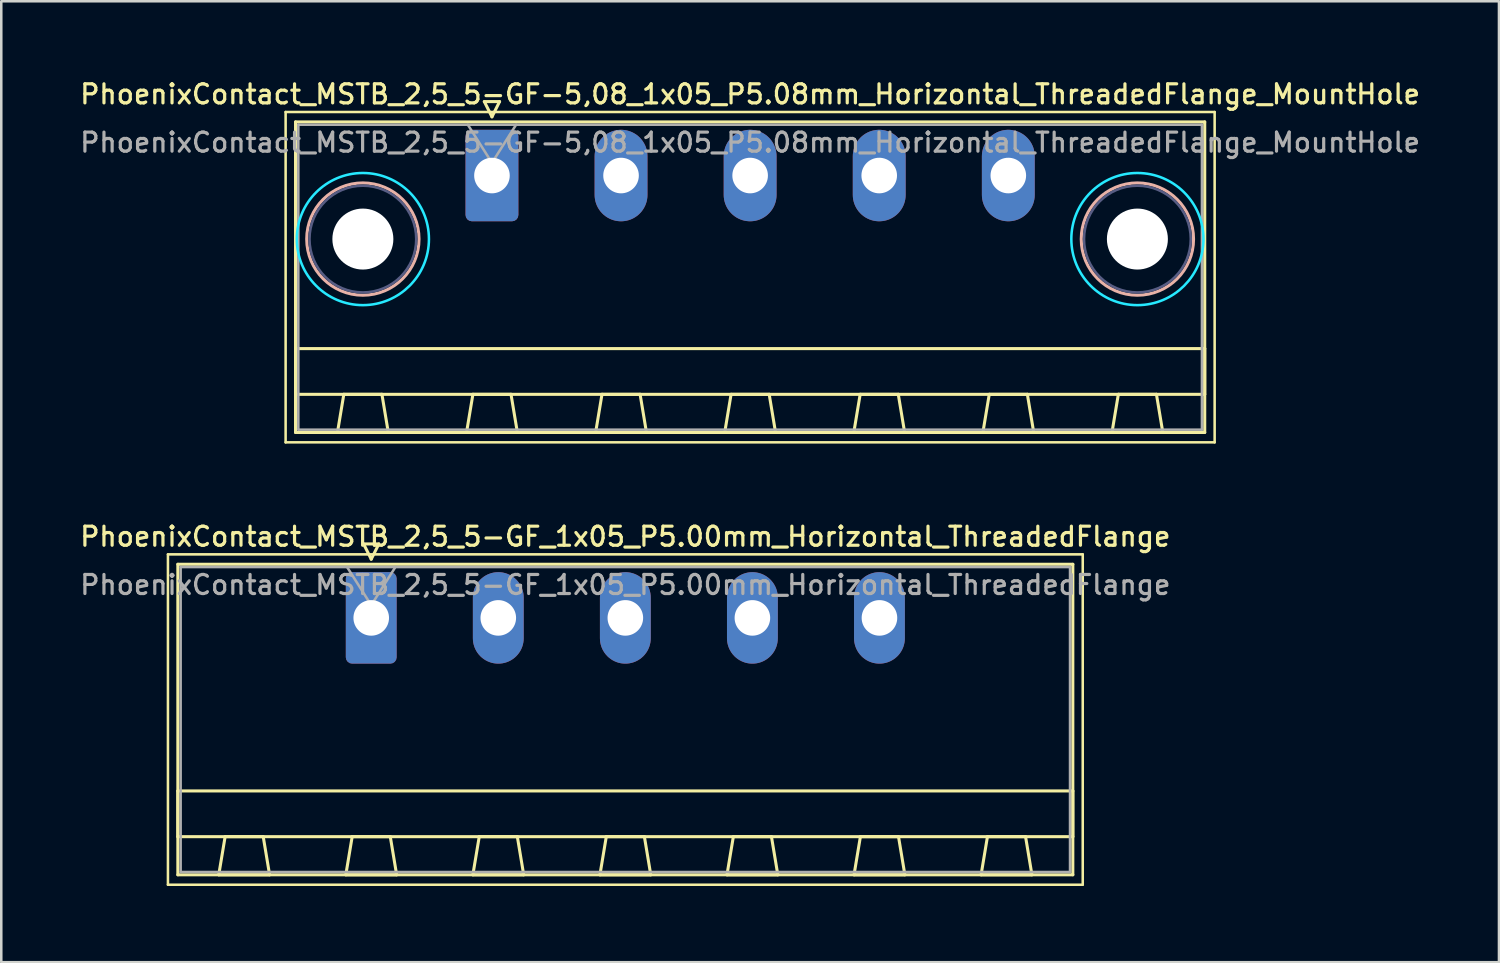
<source format=kicad_pcb>
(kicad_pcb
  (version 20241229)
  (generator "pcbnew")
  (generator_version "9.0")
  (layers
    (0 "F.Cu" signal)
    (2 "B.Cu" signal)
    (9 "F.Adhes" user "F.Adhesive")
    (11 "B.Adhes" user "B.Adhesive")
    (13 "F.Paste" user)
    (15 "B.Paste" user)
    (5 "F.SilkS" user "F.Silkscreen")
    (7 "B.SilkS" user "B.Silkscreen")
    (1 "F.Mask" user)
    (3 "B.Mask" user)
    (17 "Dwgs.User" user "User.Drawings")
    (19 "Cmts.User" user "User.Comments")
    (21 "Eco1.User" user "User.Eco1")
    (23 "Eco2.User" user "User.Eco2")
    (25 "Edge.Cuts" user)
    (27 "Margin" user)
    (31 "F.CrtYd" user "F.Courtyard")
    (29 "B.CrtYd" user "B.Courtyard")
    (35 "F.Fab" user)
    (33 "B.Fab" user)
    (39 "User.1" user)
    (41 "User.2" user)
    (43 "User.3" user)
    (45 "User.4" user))
  (footprint "PhoenixContact_MSTB_2,5_5-GF_1x05_P5.00mm_Horizontal_ThreadedFlange"
    (layer "F.Cu")
    (at 11.559 21.266)
    (property "Reference" "PhoenixContact_MSTB_2,5_5-GF_1x05_P5.00mm_Horizontal_ThreadedFlange" (at 10 -3.2 0) (layer "F.SilkS") (effects (font (size 0.75 0.75) (thickness 0.125))))
    (attr through_hole)
    (fp_line (start -8 -2.5) (end -8 10.5) (stroke (width 0.1) (type solid)) (layer "F.SilkS"))
    (fp_line (start -8 10.5) (end 28 10.5) (stroke (width 0.1) (type solid)) (layer "F.SilkS"))
    (fp_line (start -7.61 -2.11) (end -7.61 10.11) (stroke (width 0.12) (type solid)) (layer "F.SilkS"))
    (fp_line (start -7.61 6.81) (end 27.61 6.81) (stroke (width 0.12) (type solid)) (layer "F.SilkS"))
    (fp_line (start -7.61 8.61) (end -7.61 6.81) (stroke (width 0.12) (type solid)) (layer "F.SilkS"))
    (fp_line (start -7.61 10.11) (end 27.61 10.11) (stroke (width 0.12) (type solid)) (layer "F.SilkS"))
    (fp_line (start -6 10.11) (end -4 10.11) (stroke (width 0.12) (type solid)) (layer "F.SilkS"))
    (fp_line (start -5.75 8.61) (end -6 10.11) (stroke (width 0.12) (type solid)) (layer "F.SilkS"))
    (fp_line (start -4.25 8.61) (end -5.75 8.61) (stroke (width 0.12) (type solid)) (layer "F.SilkS"))
    (fp_line (start -4 10.11) (end -4.25 8.61) (stroke (width 0.12) (type solid)) (layer "F.SilkS"))
    (fp_line (start -1 10.11) (end 1 10.11) (stroke (width 0.12) (type solid)) (layer "F.SilkS"))
    (fp_line (start -0.75 8.61) (end -1 10.11) (stroke (width 0.12) (type solid)) (layer "F.SilkS"))
    (fp_line (start -0.3 -2.91) (end 0.3 -2.91) (stroke (width 0.12) (type solid)) (layer "F.SilkS"))
    (fp_line (start 0 -2.31) (end -0.3 -2.91) (stroke (width 0.12) (type solid)) (layer "F.SilkS"))
    (fp_line (start 0.3 -2.91) (end 0 -2.31) (stroke (width 0.12) (type solid)) (layer "F.SilkS"))
    (fp_line (start 0.75 8.61) (end -0.75 8.61) (stroke (width 0.12) (type solid)) (layer "F.SilkS"))
    (fp_line (start 1 10.11) (end 0.75 8.61) (stroke (width 0.12) (type solid)) (layer "F.SilkS"))
    (fp_line (start 4 10.11) (end 6 10.11) (stroke (width 0.12) (type solid)) (layer "F.SilkS"))
    (fp_line (start 4.25 8.61) (end 4 10.11) (stroke (width 0.12) (type solid)) (layer "F.SilkS"))
    (fp_line (start 5.75 8.61) (end 4.25 8.61) (stroke (width 0.12) (type solid)) (layer "F.SilkS"))
    (fp_line (start 6 10.11) (end 5.75 8.61) (stroke (width 0.12) (type solid)) (layer "F.SilkS"))
    (fp_line (start 9 10.11) (end 11 10.11) (stroke (width 0.12) (type solid)) (layer "F.SilkS"))
    (fp_line (start 9.25 8.61) (end 9 10.11) (stroke (width 0.12) (type solid)) (layer "F.SilkS"))
    (fp_line (start 10.75 8.61) (end 9.25 8.61) (stroke (width 0.12) (type solid)) (layer "F.SilkS"))
    (fp_line (start 11 10.11) (end 10.75 8.61) (stroke (width 0.12) (type solid)) (layer "F.SilkS"))
    (fp_line (start 14 10.11) (end 16 10.11) (stroke (width 0.12) (type solid)) (layer "F.SilkS"))
    (fp_line (start 14.25 8.61) (end 14 10.11) (stroke (width 0.12) (type solid)) (layer "F.SilkS"))
    (fp_line (start 15.75 8.61) (end 14.25 8.61) (stroke (width 0.12) (type solid)) (layer "F.SilkS"))
    (fp_line (start 16 10.11) (end 15.75 8.61) (stroke (width 0.12) (type solid)) (layer "F.SilkS"))
    (fp_line (start 19 10.11) (end 21 10.11) (stroke (width 0.12) (type solid)) (layer "F.SilkS"))
    (fp_line (start 19.25 8.61) (end 19 10.11) (stroke (width 0.12) (type solid)) (layer "F.SilkS"))
    (fp_line (start 20.75 8.61) (end 19.25 8.61) (stroke (width 0.12) (type solid)) (layer "F.SilkS"))
    (fp_line (start 21 10.11) (end 20.75 8.61) (stroke (width 0.12) (type solid)) (layer "F.SilkS"))
    (fp_line (start 24 10.11) (end 26 10.11) (stroke (width 0.12) (type solid)) (layer "F.SilkS"))
    (fp_line (start 24.25 8.61) (end 24 10.11) (stroke (width 0.12) (type solid)) (layer "F.SilkS"))
    (fp_line (start 25.75 8.61) (end 24.25 8.61) (stroke (width 0.12) (type solid)) (layer "F.SilkS"))
    (fp_line (start 26 10.11) (end 25.75 8.61) (stroke (width 0.12) (type solid)) (layer "F.SilkS"))
    (fp_line (start 27.61 -2.11) (end -7.61 -2.11) (stroke (width 0.12) (type solid)) (layer "F.SilkS"))
    (fp_line (start 27.61 6.81) (end 27.61 8.61) (stroke (width 0.12) (type solid)) (layer "F.SilkS"))
    (fp_line (start 27.61 8.61) (end -7.61 8.61) (stroke (width 0.12) (type solid)) (layer "F.SilkS"))
    (fp_line (start 27.61 10.11) (end 27.61 -2.11) (stroke (width 0.12) (type solid)) (layer "F.SilkS"))
    (fp_line (start 28 -2.5) (end -8 -2.5) (stroke (width 0.1) (type solid)) (layer "F.SilkS"))
    (fp_line (start 28 10.5) (end 28 -2.5) (stroke (width 0.1) (type solid)) (layer "F.SilkS"))
    (fp_line (start -7.5 -2) (end -7.5 10) (stroke (width 0.1) (type solid)) (layer "F.Fab"))
    (fp_line (start -7.5 10) (end 27.5 10) (stroke (width 0.1) (type solid)) (layer "F.Fab"))
    (fp_line (start 0 -0.5) (end -0.95 -2) (stroke (width 0.1) (type solid)) (layer "F.Fab"))
    (fp_line (start 0.95 -2) (end 0 -0.5) (stroke (width 0.1) (type solid)) (layer "F.Fab"))
    (fp_line (start 27.5 -2) (end -7.5 -2) (stroke (width 0.1) (type solid)) (layer "F.Fab"))
    (fp_line (start 27.5 10) (end 27.5 -2) (stroke (width 0.1) (type solid)) (layer "F.Fab"))
    (fp_text user "${REFERENCE}" (at 10 -1.3 0) (layer "F.Fab") (effects (font (size 0.75 0.75) (thickness 0.125))))
    (pad "1" thru_hole roundrect (at 0 0) (size 2 3.6) (drill 1.4) (layers "*.Cu" "*.Mask") (roundrect_rratio 0.125))
    (pad "2" thru_hole oval (at 5 0) (size 2 3.6) (drill 1.4) (layers "*.Cu" "*.Mask"))
    (pad "3" thru_hole oval (at 10 0) (size 2 3.6) (drill 1.4) (layers "*.Cu" "*.Mask"))
    (pad "4" thru_hole oval (at 15 0) (size 2 3.6) (drill 1.4) (layers "*.Cu" "*.Mask"))
    (pad "5" thru_hole oval (at 20 0) (size 2 3.6) (drill 1.4) (layers "*.Cu" "*.Mask")))
  (footprint "PhoenixContact_MSTB_2,5_5-GF-5,08_1x05_P5.08mm_Horizontal_ThreadedFlange_MountHole"
    (layer "F.Cu")
    (at 16.31 3.858)
    (property "Reference" "PhoenixContact_MSTB_2,5_5-GF-5,08_1x05_P5.08mm_Horizontal_ThreadedFlange_MountHole" (at 10.16 -3.2 0) (layer "F.SilkS") (effects (font (size 0.75 0.75) (thickness 0.125))))
    (attr through_hole)
    (fp_line (start -8.12 -2.5) (end -8.12 10.5) (stroke (width 0.1) (type solid)) (layer "F.SilkS"))
    (fp_line (start -8.12 10.5) (end 28.44 10.5) (stroke (width 0.1) (type solid)) (layer "F.SilkS"))
    (fp_line (start -7.73 -2.11) (end -7.73 10.11) (stroke (width 0.12) (type solid)) (layer "F.SilkS"))
    (fp_line (start -7.73 6.81) (end 28.05 6.81) (stroke (width 0.12) (type solid)) (layer "F.SilkS"))
    (fp_line (start -7.73 8.61) (end -7.73 6.81) (stroke (width 0.12) (type solid)) (layer "F.SilkS"))
    (fp_line (start -7.73 10.11) (end 28.05 10.11) (stroke (width 0.12) (type solid)) (layer "F.SilkS"))
    (fp_line (start -6.08 10.11) (end -4.08 10.11) (stroke (width 0.12) (type solid)) (layer "F.SilkS"))
    (fp_line (start -5.83 8.61) (end -6.08 10.11) (stroke (width 0.12) (type solid)) (layer "F.SilkS"))
    (fp_line (start -4.33 8.61) (end -5.83 8.61) (stroke (width 0.12) (type solid)) (layer "F.SilkS"))
    (fp_line (start -4.08 10.11) (end -4.33 8.61) (stroke (width 0.12) (type solid)) (layer "F.SilkS"))
    (fp_line (start -1 10.11) (end 1 10.11) (stroke (width 0.12) (type solid)) (layer "F.SilkS"))
    (fp_line (start -0.75 8.61) (end -1 10.11) (stroke (width 0.12) (type solid)) (layer "F.SilkS"))
    (fp_line (start -0.3 -2.91) (end 0.3 -2.91) (stroke (width 0.12) (type solid)) (layer "F.SilkS"))
    (fp_line (start 0 -2.31) (end -0.3 -2.91) (stroke (width 0.12) (type solid)) (layer "F.SilkS"))
    (fp_line (start 0.3 -2.91) (end 0 -2.31) (stroke (width 0.12) (type solid)) (layer "F.SilkS"))
    (fp_line (start 0.75 8.61) (end -0.75 8.61) (stroke (width 0.12) (type solid)) (layer "F.SilkS"))
    (fp_line (start 1 10.11) (end 0.75 8.61) (stroke (width 0.12) (type solid)) (layer "F.SilkS"))
    (fp_line (start 4.08 10.11) (end 6.08 10.11) (stroke (width 0.12) (type solid)) (layer "F.SilkS"))
    (fp_line (start 4.33 8.61) (end 4.08 10.11) (stroke (width 0.12) (type solid)) (layer "F.SilkS"))
    (fp_line (start 5.83 8.61) (end 4.33 8.61) (stroke (width 0.12) (type solid)) (layer "F.SilkS"))
    (fp_line (start 6.08 10.11) (end 5.83 8.61) (stroke (width 0.12) (type solid)) (layer "F.SilkS"))
    (fp_line (start 9.16 10.11) (end 11.16 10.11) (stroke (width 0.12) (type solid)) (layer "F.SilkS"))
    (fp_line (start 9.41 8.61) (end 9.16 10.11) (stroke (width 0.12) (type solid)) (layer "F.SilkS"))
    (fp_line (start 10.91 8.61) (end 9.41 8.61) (stroke (width 0.12) (type solid)) (layer "F.SilkS"))
    (fp_line (start 11.16 10.11) (end 10.91 8.61) (stroke (width 0.12) (type solid)) (layer "F.SilkS"))
    (fp_line (start 14.24 10.11) (end 16.24 10.11) (stroke (width 0.12) (type solid)) (layer "F.SilkS"))
    (fp_line (start 14.49 8.61) (end 14.24 10.11) (stroke (width 0.12) (type solid)) (layer "F.SilkS"))
    (fp_line (start 15.99 8.61) (end 14.49 8.61) (stroke (width 0.12) (type solid)) (layer "F.SilkS"))
    (fp_line (start 16.24 10.11) (end 15.99 8.61) (stroke (width 0.12) (type solid)) (layer "F.SilkS"))
    (fp_line (start 19.32 10.11) (end 21.32 10.11) (stroke (width 0.12) (type solid)) (layer "F.SilkS"))
    (fp_line (start 19.57 8.61) (end 19.32 10.11) (stroke (width 0.12) (type solid)) (layer "F.SilkS"))
    (fp_line (start 21.07 8.61) (end 19.57 8.61) (stroke (width 0.12) (type solid)) (layer "F.SilkS"))
    (fp_line (start 21.32 10.11) (end 21.07 8.61) (stroke (width 0.12) (type solid)) (layer "F.SilkS"))
    (fp_line (start 24.4 10.11) (end 26.4 10.11) (stroke (width 0.12) (type solid)) (layer "F.SilkS"))
    (fp_line (start 24.65 8.61) (end 24.4 10.11) (stroke (width 0.12) (type solid)) (layer "F.SilkS"))
    (fp_line (start 26.15 8.61) (end 24.65 8.61) (stroke (width 0.12) (type solid)) (layer "F.SilkS"))
    (fp_line (start 26.4 10.11) (end 26.15 8.61) (stroke (width 0.12) (type solid)) (layer "F.SilkS"))
    (fp_line (start 28.05 -2.11) (end -7.73 -2.11) (stroke (width 0.12) (type solid)) (layer "F.SilkS"))
    (fp_line (start 28.05 6.81) (end 28.05 8.61) (stroke (width 0.12) (type solid)) (layer "F.SilkS"))
    (fp_line (start 28.05 8.61) (end -7.73 8.61) (stroke (width 0.12) (type solid)) (layer "F.SilkS"))
    (fp_line (start 28.05 10.11) (end 28.05 -2.11) (stroke (width 0.12) (type solid)) (layer "F.SilkS"))
    (fp_line (start 28.44 -2.5) (end -8.12 -2.5) (stroke (width 0.1) (type solid)) (layer "F.SilkS"))
    (fp_line (start 28.44 10.5) (end 28.44 -2.5) (stroke (width 0.1) (type solid)) (layer "F.SilkS"))
    (fp_circle (center -5.08 2.5) (end -2.87 2.5) (stroke (width 0.12) (type solid)) (fill no) (layer "B.SilkS"))
    (fp_circle (center 25.4 2.5) (end 27.61 2.5) (stroke (width 0.12) (type solid)) (fill no) (layer "B.SilkS"))
    (fp_circle (center -5.08 2.5) (end -2.48 2.5) (stroke (width 0.1) (type solid)) (fill no) (layer "B.CrtYd"))
    (fp_circle (center 25.4 2.5) (end 28 2.5) (stroke (width 0.1) (type solid)) (fill no) (layer "B.CrtYd"))
    (fp_circle (center -5.08 2.5) (end -2.98 2.5) (stroke (width 0.1) (type solid)) (fill no) (layer "B.Fab"))
    (fp_circle (center 25.4 2.5) (end 27.5 2.5) (stroke (width 0.1) (type solid)) (fill no) (layer "B.Fab"))
    (fp_line (start -7.62 -2) (end -7.62 10) (stroke (width 0.1) (type solid)) (layer "F.Fab"))
    (fp_line (start -7.62 10) (end 27.94 10) (stroke (width 0.1) (type solid)) (layer "F.Fab"))
    (fp_line (start 0 -0.5) (end -0.95 -2) (stroke (width 0.1) (type solid)) (layer "F.Fab"))
    (fp_line (start 0.95 -2) (end 0 -0.5) (stroke (width 0.1) (type solid)) (layer "F.Fab"))
    (fp_line (start 27.94 -2) (end -7.62 -2) (stroke (width 0.1) (type solid)) (layer "F.Fab"))
    (fp_line (start 27.94 10) (end 27.94 -2) (stroke (width 0.1) (type solid)) (layer "F.Fab"))
    (fp_text user "${REFERENCE}" (at 10.16 -1.3 0) (layer "F.Fab") (effects (font (size 0.75 0.75) (thickness 0.125))))
    (pad "" np_thru_hole circle (at -5.08 2.5) (size 2.4 2.4) (drill 2.4) (layers "*.Cu" "*.Mask"))
    (pad "" np_thru_hole circle (at 25.4 2.5) (size 2.4 2.4) (drill 2.4) (layers "*.Cu" "*.Mask"))
    (pad "1" thru_hole roundrect (at 0 0) (size 2.08 3.6) (drill 1.4) (layers "*.Cu" "*.Mask") (roundrect_rratio 0.12))
    (pad "2" thru_hole oval (at 5.08 0) (size 2.08 3.6) (drill 1.4) (layers "*.Cu" "*.Mask"))
    (pad "3" thru_hole oval (at 10.16 0) (size 2.08 3.6) (drill 1.4) (layers "*.Cu" "*.Mask"))
    (pad "4" thru_hole oval (at 15.24 0) (size 2.08 3.6) (drill 1.4) (layers "*.Cu" "*.Mask"))
    (pad "5" thru_hole oval (at 20.32 0) (size 2.08 3.6) (drill 1.4) (layers "*.Cu" "*.Mask")))
  (gr_rect
    (start -3 -3)
    (end 55.939 34.816)
    (stroke (width 0.1) (type default))
    (fill no)
    (layer "Edge.Cuts")))
</source>
